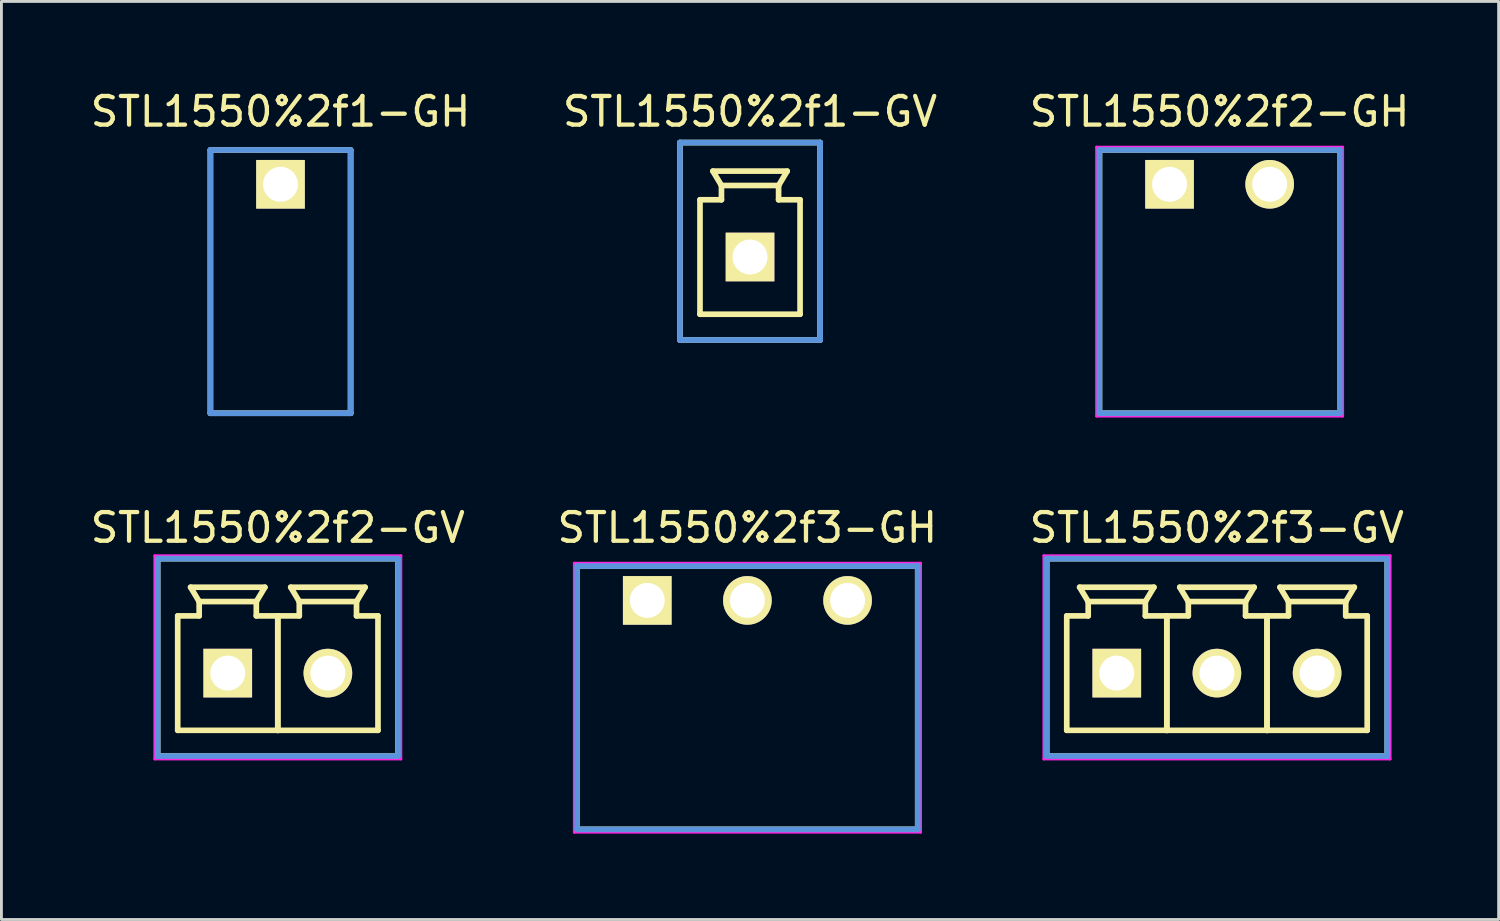
<source format=kicad_pcb>
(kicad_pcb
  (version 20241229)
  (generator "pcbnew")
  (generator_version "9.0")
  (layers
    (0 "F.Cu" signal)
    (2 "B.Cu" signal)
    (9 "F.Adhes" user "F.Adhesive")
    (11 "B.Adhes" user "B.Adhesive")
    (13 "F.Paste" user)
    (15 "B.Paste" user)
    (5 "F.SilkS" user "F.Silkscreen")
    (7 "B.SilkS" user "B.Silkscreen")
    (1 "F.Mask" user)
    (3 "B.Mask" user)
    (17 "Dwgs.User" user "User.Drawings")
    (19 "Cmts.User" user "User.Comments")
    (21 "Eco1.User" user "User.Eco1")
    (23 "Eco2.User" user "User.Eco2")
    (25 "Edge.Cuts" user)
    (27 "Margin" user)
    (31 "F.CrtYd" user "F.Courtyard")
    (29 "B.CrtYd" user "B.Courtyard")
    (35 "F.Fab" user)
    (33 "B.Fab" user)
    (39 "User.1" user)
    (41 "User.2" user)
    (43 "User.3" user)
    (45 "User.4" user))
  (footprint "STL1550%2f3-GH"
    (layer "F.Cu")
    (at 19.561 17.924)
    (property "Reference" "STL1550%2f3-GH" (at 3.495 -2.54 0) (layer "F.SilkS") (effects (font (size 1.001 1.001) (thickness 0.15))))
    (attr through_hole)
    (fp_line (start -2.449 -1.199) (end -2.449 7.998) (stroke (width 0.198) (type solid)) (layer "F.SilkS"))
    (fp_line (start -2.449 7.998) (end 9.449 7.998) (stroke (width 0.198) (type solid)) (layer "F.SilkS"))
    (fp_line (start 9.449 -1.199) (end -2.449 -1.199) (stroke (width 0.198) (type solid)) (layer "F.SilkS"))
    (fp_line (start 9.449 7.998) (end 9.449 -1.199) (stroke (width 0.198) (type solid)) (layer "F.SilkS"))
    (fp_line (start -2.449 -1.199) (end -2.449 7.998) (stroke (width 0.198) (type solid)) (layer "Cmts.User"))
    (fp_line (start -2.449 7.998) (end 9.449 7.998) (stroke (width 0.198) (type solid)) (layer "Cmts.User"))
    (fp_line (start 9.449 -1.199) (end -2.449 -1.199) (stroke (width 0.198) (type solid)) (layer "Cmts.User"))
    (fp_line (start 9.449 7.998) (end 9.449 -1.199) (stroke (width 0.198) (type solid)) (layer "Cmts.User"))
    (fp_line (start -2.548 -1.298) (end -2.548 8.098) (stroke (width 0.099) (type solid)) (layer "F.CrtYd"))
    (fp_line (start -2.548 8.098) (end 9.548 8.098) (stroke (width 0.099) (type solid)) (layer "F.CrtYd"))
    (fp_line (start 9.548 -1.298) (end -2.548 -1.298) (stroke (width 0.099) (type solid)) (layer "F.CrtYd"))
    (fp_line (start 9.548 8.098) (end 9.548 -1.298) (stroke (width 0.099) (type solid)) (layer "F.CrtYd"))
    (pad "1" thru_hole rect (at 0 0) (size 1.699 1.699) (drill 1.219) (layers "*.Cu" "*.Mask" "F.SilkS"))
    (pad "2" thru_hole circle (at 3.498 0) (size 1.699 1.699) (drill 1.219) (layers "*.Cu" "*.Mask" "F.SilkS"))
    (pad "3" thru_hole circle (at 6.998 0) (size 1.699 1.699) (drill 1.219) (layers "*.Cu" "*.Mask" "F.SilkS")))
  (footprint "STL1550%2f2-GH"
    (layer "F.Cu")
    (at 37.806 3.388)
    (property "Reference" "STL1550%2f2-GH" (at 1.748 -2.54 0) (layer "F.SilkS") (effects (font (size 1.001 1.001) (thickness 0.15))))
    (attr through_hole)
    (fp_line (start -2.449 -1.199) (end -2.449 7.998) (stroke (width 0.198) (type solid)) (layer "F.SilkS"))
    (fp_line (start -2.449 7.998) (end 5.949 7.998) (stroke (width 0.198) (type solid)) (layer "F.SilkS"))
    (fp_line (start 5.949 -1.199) (end -2.449 -1.199) (stroke (width 0.198) (type solid)) (layer "F.SilkS"))
    (fp_line (start 5.949 7.998) (end 5.949 -1.199) (stroke (width 0.198) (type solid)) (layer "F.SilkS"))
    (fp_line (start -2.449 -1.199) (end -2.449 7.998) (stroke (width 0.198) (type solid)) (layer "Cmts.User"))
    (fp_line (start -2.449 7.998) (end 5.949 7.998) (stroke (width 0.198) (type solid)) (layer "Cmts.User"))
    (fp_line (start 5.949 -1.199) (end -2.449 -1.199) (stroke (width 0.198) (type solid)) (layer "Cmts.User"))
    (fp_line (start 5.949 7.998) (end 5.949 -1.199) (stroke (width 0.198) (type solid)) (layer "Cmts.User"))
    (fp_line (start -2.548 -1.298) (end -2.548 8.098) (stroke (width 0.099) (type solid)) (layer "F.CrtYd"))
    (fp_line (start -2.548 8.098) (end 6.048 8.098) (stroke (width 0.099) (type solid)) (layer "F.CrtYd"))
    (fp_line (start 6.048 -1.298) (end -2.548 -1.298) (stroke (width 0.099) (type solid)) (layer "F.CrtYd"))
    (fp_line (start 6.048 8.098) (end 6.048 -1.298) (stroke (width 0.099) (type solid)) (layer "F.CrtYd"))
    (pad "1" thru_hole rect (at 0 0) (size 1.699 1.699) (drill 1.219) (layers "*.Cu" "*.Mask" "F.SilkS"))
    (pad "2" thru_hole circle (at 3.498 0) (size 1.699 1.699) (drill 1.219) (layers "*.Cu" "*.Mask" "F.SilkS")))
  (footprint "STL1550%2f1-GV"
    (layer "F.Cu")
    (at 23.151 5.928)
    (property "Reference" "STL1550%2f1-GV" (at 0 -5.08 0) (layer "F.SilkS") (effects (font (size 1.001 1.001) (thickness 0.15))))
    (attr through_hole)
    (fp_line (start -2.449 -3.998) (end -2.449 2.898) (stroke (width 0.198) (type solid)) (layer "F.SilkS"))
    (fp_line (start -2.449 2.898) (end 2.449 2.898) (stroke (width 0.198) (type solid)) (layer "F.SilkS"))
    (fp_line (start -1.748 -1.999) (end -0.998 -1.999) (stroke (width 0.198) (type solid)) (layer "F.SilkS"))
    (fp_line (start -1.748 1.999) (end -1.748 -1.999) (stroke (width 0.198) (type solid)) (layer "F.SilkS"))
    (fp_line (start -1.298 -3) (end 1.298 -3) (stroke (width 0.198) (type solid)) (layer "F.SilkS"))
    (fp_line (start -0.998 -2.499) (end -1.298 -3) (stroke (width 0.198) (type solid)) (layer "F.SilkS"))
    (fp_line (start -0.998 -2.499) (end 0.998 -2.499) (stroke (width 0.198) (type solid)) (layer "F.SilkS"))
    (fp_line (start -0.998 -1.999) (end -0.998 -2.499) (stroke (width 0.198) (type solid)) (layer "F.SilkS"))
    (fp_line (start 0.998 -2.499) (end 0.998 -1.999) (stroke (width 0.198) (type solid)) (layer "F.SilkS"))
    (fp_line (start 0.998 -1.999) (end 1.748 -1.999) (stroke (width 0.198) (type solid)) (layer "F.SilkS"))
    (fp_line (start 1.298 -3) (end 0.998 -2.499) (stroke (width 0.198) (type solid)) (layer "F.SilkS"))
    (fp_line (start 1.748 -1.999) (end 1.748 1.999) (stroke (width 0.198) (type solid)) (layer "F.SilkS"))
    (fp_line (start 1.748 1.999) (end -1.748 1.999) (stroke (width 0.198) (type solid)) (layer "F.SilkS"))
    (fp_line (start 2.449 -3.998) (end -2.449 -3.998) (stroke (width 0.198) (type solid)) (layer "F.SilkS"))
    (fp_line (start 2.449 2.898) (end 2.449 -3.998) (stroke (width 0.198) (type solid)) (layer "F.SilkS"))
    (fp_line (start -2.449 -3.998) (end -2.449 2.898) (stroke (width 0.198) (type solid)) (layer "Cmts.User"))
    (fp_line (start -2.449 2.898) (end 2.449 2.898) (stroke (width 0.198) (type solid)) (layer "Cmts.User"))
    (fp_line (start 2.449 -3.998) (end -2.449 -3.998) (stroke (width 0.198) (type solid)) (layer "Cmts.User"))
    (fp_line (start 2.449 2.898) (end 2.449 -3.998) (stroke (width 0.198) (type solid)) (layer "Cmts.User"))
    (fp_line (start -2.548 -4.1) (end -2.548 3) (stroke (width 0.099) (type solid)) (layer "Eco1.User"))
    (fp_line (start -2.548 3) (end 2.548 3) (stroke (width 0.099) (type solid)) (layer "Eco1.User"))
    (fp_line (start 2.548 -4.1) (end -2.548 -4.1) (stroke (width 0.099) (type solid)) (layer "Eco1.User"))
    (fp_line (start 2.548 3) (end 2.548 -4.1) (stroke (width 0.099) (type solid)) (layer "Eco1.User"))
    (pad "1" thru_hole rect (at 0 0) (size 1.699 1.699) (drill 1.219) (layers "*.Cu" "*.Mask" "F.SilkS")))
  (footprint "STL1550%2f3-GV"
    (layer "F.Cu")
    (at 35.963 20.464)
    (property "Reference" "STL1550%2f3-GV" (at 3.495 -5.08 0) (layer "F.SilkS") (effects (font (size 1.001 1.001) (thickness 0.15))))
    (attr through_hole)
    (fp_line (start -2.449 -3.998) (end -2.449 2.898) (stroke (width 0.198) (type solid)) (layer "F.SilkS"))
    (fp_line (start -2.449 2.898) (end 9.449 2.898) (stroke (width 0.198) (type solid)) (layer "F.SilkS"))
    (fp_line (start -1.748 -1.999) (end -0.998 -1.999) (stroke (width 0.198) (type solid)) (layer "F.SilkS"))
    (fp_line (start -1.748 1.999) (end -1.748 -1.999) (stroke (width 0.198) (type solid)) (layer "F.SilkS"))
    (fp_line (start -1.298 -3) (end 1.298 -3) (stroke (width 0.198) (type solid)) (layer "F.SilkS"))
    (fp_line (start -0.998 -2.499) (end -1.298 -3) (stroke (width 0.198) (type solid)) (layer "F.SilkS"))
    (fp_line (start -0.998 -2.499) (end 0.998 -2.499) (stroke (width 0.198) (type solid)) (layer "F.SilkS"))
    (fp_line (start -0.998 -1.999) (end -0.998 -2.499) (stroke (width 0.198) (type solid)) (layer "F.SilkS"))
    (fp_line (start 0.998 -2.499) (end 0.998 -1.999) (stroke (width 0.198) (type solid)) (layer "F.SilkS"))
    (fp_line (start 0.998 -1.999) (end 1.748 -1.999) (stroke (width 0.198) (type solid)) (layer "F.SilkS"))
    (fp_line (start 1.298 -3) (end 0.998 -2.499) (stroke (width 0.198) (type solid)) (layer "F.SilkS"))
    (fp_line (start 1.748 -1.999) (end 1.748 1.999) (stroke (width 0.198) (type solid)) (layer "F.SilkS"))
    (fp_line (start 1.748 -1.999) (end 2.499 -1.999) (stroke (width 0.198) (type solid)) (layer "F.SilkS"))
    (fp_line (start 1.748 1.999) (end -1.748 1.999) (stroke (width 0.198) (type solid)) (layer "F.SilkS"))
    (fp_line (start 1.748 1.999) (end 1.748 -1.999) (stroke (width 0.198) (type solid)) (layer "F.SilkS"))
    (fp_line (start 2.2 -3) (end 4.798 -3) (stroke (width 0.198) (type solid)) (layer "F.SilkS"))
    (fp_line (start 2.499 -2.499) (end 2.2 -3) (stroke (width 0.198) (type solid)) (layer "F.SilkS"))
    (fp_line (start 2.499 -2.499) (end 4.498 -2.499) (stroke (width 0.198) (type solid)) (layer "F.SilkS"))
    (fp_line (start 2.499 -1.999) (end 2.499 -2.499) (stroke (width 0.198) (type solid)) (layer "F.SilkS"))
    (fp_line (start 4.498 -2.499) (end 4.498 -1.999) (stroke (width 0.198) (type solid)) (layer "F.SilkS"))
    (fp_line (start 4.498 -1.999) (end 5.248 -1.999) (stroke (width 0.198) (type solid)) (layer "F.SilkS"))
    (fp_line (start 4.798 -3) (end 4.498 -2.499) (stroke (width 0.198) (type solid)) (layer "F.SilkS"))
    (fp_line (start 5.248 -1.999) (end 5.248 1.999) (stroke (width 0.198) (type solid)) (layer "F.SilkS"))
    (fp_line (start 5.248 -1.999) (end 5.999 -1.999) (stroke (width 0.198) (type solid)) (layer "F.SilkS"))
    (fp_line (start 5.248 1.999) (end 1.748 1.999) (stroke (width 0.198) (type solid)) (layer "F.SilkS"))
    (fp_line (start 5.248 1.999) (end 5.248 -1.999) (stroke (width 0.198) (type solid)) (layer "F.SilkS"))
    (fp_line (start 5.7 -3) (end 8.298 -3) (stroke (width 0.198) (type solid)) (layer "F.SilkS"))
    (fp_line (start 5.999 -2.499) (end 5.7 -3) (stroke (width 0.198) (type solid)) (layer "F.SilkS"))
    (fp_line (start 5.999 -2.499) (end 7.998 -2.499) (stroke (width 0.198) (type solid)) (layer "F.SilkS"))
    (fp_line (start 5.999 -1.999) (end 5.999 -2.499) (stroke (width 0.198) (type solid)) (layer "F.SilkS"))
    (fp_line (start 7.998 -2.499) (end 7.998 -1.999) (stroke (width 0.198) (type solid)) (layer "F.SilkS"))
    (fp_line (start 7.998 -1.999) (end 8.748 -1.999) (stroke (width 0.198) (type solid)) (layer "F.SilkS"))
    (fp_line (start 8.298 -3) (end 7.998 -2.499) (stroke (width 0.198) (type solid)) (layer "F.SilkS"))
    (fp_line (start 8.748 -1.999) (end 8.748 1.999) (stroke (width 0.198) (type solid)) (layer "F.SilkS"))
    (fp_line (start 8.748 1.999) (end 5.248 1.999) (stroke (width 0.198) (type solid)) (layer "F.SilkS"))
    (fp_line (start 9.449 -3.998) (end -2.449 -3.998) (stroke (width 0.198) (type solid)) (layer "F.SilkS"))
    (fp_line (start 9.449 2.898) (end 9.449 -3.998) (stroke (width 0.198) (type solid)) (layer "F.SilkS"))
    (fp_line (start -2.449 -3.998) (end -2.449 2.898) (stroke (width 0.198) (type solid)) (layer "Cmts.User"))
    (fp_line (start -2.449 2.898) (end 9.449 2.898) (stroke (width 0.198) (type solid)) (layer "Cmts.User"))
    (fp_line (start 9.449 -3.998) (end -2.449 -3.998) (stroke (width 0.198) (type solid)) (layer "Cmts.User"))
    (fp_line (start 9.449 2.898) (end 9.449 -3.998) (stroke (width 0.198) (type solid)) (layer "Cmts.User"))
    (fp_line (start -2.548 -4.1) (end -2.548 3) (stroke (width 0.099) (type solid)) (layer "F.CrtYd"))
    (fp_line (start -2.548 3) (end 9.548 3) (stroke (width 0.099) (type solid)) (layer "F.CrtYd"))
    (fp_line (start 9.548 -4.1) (end -2.548 -4.1) (stroke (width 0.099) (type solid)) (layer "F.CrtYd"))
    (fp_line (start 9.548 3) (end 9.548 -4.1) (stroke (width 0.099) (type solid)) (layer "F.CrtYd"))
    (pad "1" thru_hole rect (at 0 0) (size 1.699 1.699) (drill 1.219) (layers "*.Cu" "*.Mask" "F.SilkS"))
    (pad "2" thru_hole circle (at 3.498 0) (size 1.699 1.699) (drill 1.219) (layers "*.Cu" "*.Mask" "F.SilkS"))
    (pad "3" thru_hole circle (at 6.998 0) (size 1.699 1.699) (drill 1.219) (layers "*.Cu" "*.Mask" "F.SilkS")))
  (footprint "STL1550%2f2-GV"
    (layer "F.Cu")
    (at 4.906 20.464)
    (property "Reference" "STL1550%2f2-GV" (at 1.748 -5.08 0) (layer "F.SilkS") (effects (font (size 1.001 1.001) (thickness 0.15))))
    (attr through_hole)
    (fp_line (start -2.449 -3.998) (end -2.449 2.898) (stroke (width 0.198) (type solid)) (layer "F.SilkS"))
    (fp_line (start -2.449 2.898) (end 5.949 2.898) (stroke (width 0.198) (type solid)) (layer "F.SilkS"))
    (fp_line (start -1.748 -1.999) (end -0.998 -1.999) (stroke (width 0.198) (type solid)) (layer "F.SilkS"))
    (fp_line (start -1.748 1.999) (end -1.748 -1.999) (stroke (width 0.198) (type solid)) (layer "F.SilkS"))
    (fp_line (start -1.298 -3) (end 1.298 -3) (stroke (width 0.198) (type solid)) (layer "F.SilkS"))
    (fp_line (start -0.998 -2.499) (end -1.298 -3) (stroke (width 0.198) (type solid)) (layer "F.SilkS"))
    (fp_line (start -0.998 -2.499) (end 0.998 -2.499) (stroke (width 0.198) (type solid)) (layer "F.SilkS"))
    (fp_line (start -0.998 -1.999) (end -0.998 -2.499) (stroke (width 0.198) (type solid)) (layer "F.SilkS"))
    (fp_line (start 0.998 -2.499) (end 0.998 -1.999) (stroke (width 0.198) (type solid)) (layer "F.SilkS"))
    (fp_line (start 0.998 -1.999) (end 1.748 -1.999) (stroke (width 0.198) (type solid)) (layer "F.SilkS"))
    (fp_line (start 1.298 -3) (end 0.998 -2.499) (stroke (width 0.198) (type solid)) (layer "F.SilkS"))
    (fp_line (start 1.748 -1.999) (end 1.748 1.999) (stroke (width 0.198) (type solid)) (layer "F.SilkS"))
    (fp_line (start 1.748 -1.999) (end 2.499 -1.999) (stroke (width 0.198) (type solid)) (layer "F.SilkS"))
    (fp_line (start 1.748 1.999) (end -1.748 1.999) (stroke (width 0.198) (type solid)) (layer "F.SilkS"))
    (fp_line (start 1.748 1.999) (end 1.748 -1.999) (stroke (width 0.198) (type solid)) (layer "F.SilkS"))
    (fp_line (start 2.2 -3) (end 4.798 -3) (stroke (width 0.198) (type solid)) (layer "F.SilkS"))
    (fp_line (start 2.499 -2.499) (end 2.2 -3) (stroke (width 0.198) (type solid)) (layer "F.SilkS"))
    (fp_line (start 2.499 -2.499) (end 4.498 -2.499) (stroke (width 0.198) (type solid)) (layer "F.SilkS"))
    (fp_line (start 2.499 -1.999) (end 2.499 -2.499) (stroke (width 0.198) (type solid)) (layer "F.SilkS"))
    (fp_line (start 4.498 -2.499) (end 4.498 -1.999) (stroke (width 0.198) (type solid)) (layer "F.SilkS"))
    (fp_line (start 4.498 -1.999) (end 5.248 -1.999) (stroke (width 0.198) (type solid)) (layer "F.SilkS"))
    (fp_line (start 4.798 -3) (end 4.498 -2.499) (stroke (width 0.198) (type solid)) (layer "F.SilkS"))
    (fp_line (start 5.248 -1.999) (end 5.248 1.999) (stroke (width 0.198) (type solid)) (layer "F.SilkS"))
    (fp_line (start 5.248 1.999) (end 1.748 1.999) (stroke (width 0.198) (type solid)) (layer "F.SilkS"))
    (fp_line (start 5.949 -3.998) (end -2.449 -3.998) (stroke (width 0.198) (type solid)) (layer "F.SilkS"))
    (fp_line (start 5.949 2.898) (end 5.949 -3.998) (stroke (width 0.198) (type solid)) (layer "F.SilkS"))
    (fp_line (start -2.449 -3.998) (end -2.449 2.898) (stroke (width 0.198) (type solid)) (layer "Cmts.User"))
    (fp_line (start -2.449 2.898) (end 5.949 2.898) (stroke (width 0.198) (type solid)) (layer "Cmts.User"))
    (fp_line (start 5.949 -3.998) (end -2.449 -3.998) (stroke (width 0.198) (type solid)) (layer "Cmts.User"))
    (fp_line (start 5.949 2.898) (end 5.949 -3.998) (stroke (width 0.198) (type solid)) (layer "Cmts.User"))
    (fp_line (start -2.548 -4.1) (end -2.548 3) (stroke (width 0.099) (type solid)) (layer "F.CrtYd"))
    (fp_line (start -2.548 3) (end 6.048 3) (stroke (width 0.099) (type solid)) (layer "F.CrtYd"))
    (fp_line (start 6.048 -4.1) (end -2.548 -4.1) (stroke (width 0.099) (type solid)) (layer "F.CrtYd"))
    (fp_line (start 6.048 3) (end 6.048 -4.1) (stroke (width 0.099) (type solid)) (layer "F.CrtYd"))
    (pad "1" thru_hole rect (at 0 0) (size 1.699 1.699) (drill 1.219) (layers "*.Cu" "*.Mask" "F.SilkS"))
    (pad "2" thru_hole circle (at 3.498 0) (size 1.699 1.699) (drill 1.219) (layers "*.Cu" "*.Mask" "F.SilkS")))
  (footprint "STL1550%2f1-GH"
    (layer "F.Cu")
    (at 6.749 3.388)
    (property "Reference" "STL1550%2f1-GH" (at 0 -2.54 0) (layer "F.SilkS") (effects (font (size 1.001 1.001) (thickness 0.15))))
    (attr through_hole)
    (fp_line (start -2.449 -1.199) (end -2.449 7.998) (stroke (width 0.198) (type solid)) (layer "F.SilkS"))
    (fp_line (start -2.449 7.998) (end 2.449 7.998) (stroke (width 0.198) (type solid)) (layer "F.SilkS"))
    (fp_line (start 2.449 -1.199) (end -2.449 -1.199) (stroke (width 0.198) (type solid)) (layer "F.SilkS"))
    (fp_line (start 2.449 7.998) (end 2.449 -1.199) (stroke (width 0.198) (type solid)) (layer "F.SilkS"))
    (fp_line (start -2.449 -1.199) (end -2.449 7.998) (stroke (width 0.198) (type solid)) (layer "Cmts.User"))
    (fp_line (start -2.449 7.998) (end 2.449 7.998) (stroke (width 0.198) (type solid)) (layer "Cmts.User"))
    (fp_line (start 2.449 -1.199) (end -2.449 -1.199) (stroke (width 0.198) (type solid)) (layer "Cmts.User"))
    (fp_line (start 2.449 7.998) (end 2.449 -1.199) (stroke (width 0.198) (type solid)) (layer "Cmts.User"))
    (fp_line (start -2.548 -1.298) (end -2.548 8.098) (stroke (width 0.099) (type solid)) (layer "Eco1.User"))
    (fp_line (start -2.548 8.098) (end 2.548 8.098) (stroke (width 0.099) (type solid)) (layer "Eco1.User"))
    (fp_line (start 2.548 -1.298) (end -2.548 -1.298) (stroke (width 0.099) (type solid)) (layer "Eco1.User"))
    (fp_line (start 2.548 8.098) (end 2.548 -1.298) (stroke (width 0.099) (type solid)) (layer "Eco1.User"))
    (pad "1" thru_hole rect (at 0 0) (size 1.699 1.699) (drill 1.219) (layers "*.Cu" "*.Mask" "F.SilkS")))
  (gr_rect
    (start -3 -3)
    (end 49.302 29.071)
    (stroke (width 0.1) (type default))
    (fill no)
    (layer "Edge.Cuts")))
</source>
